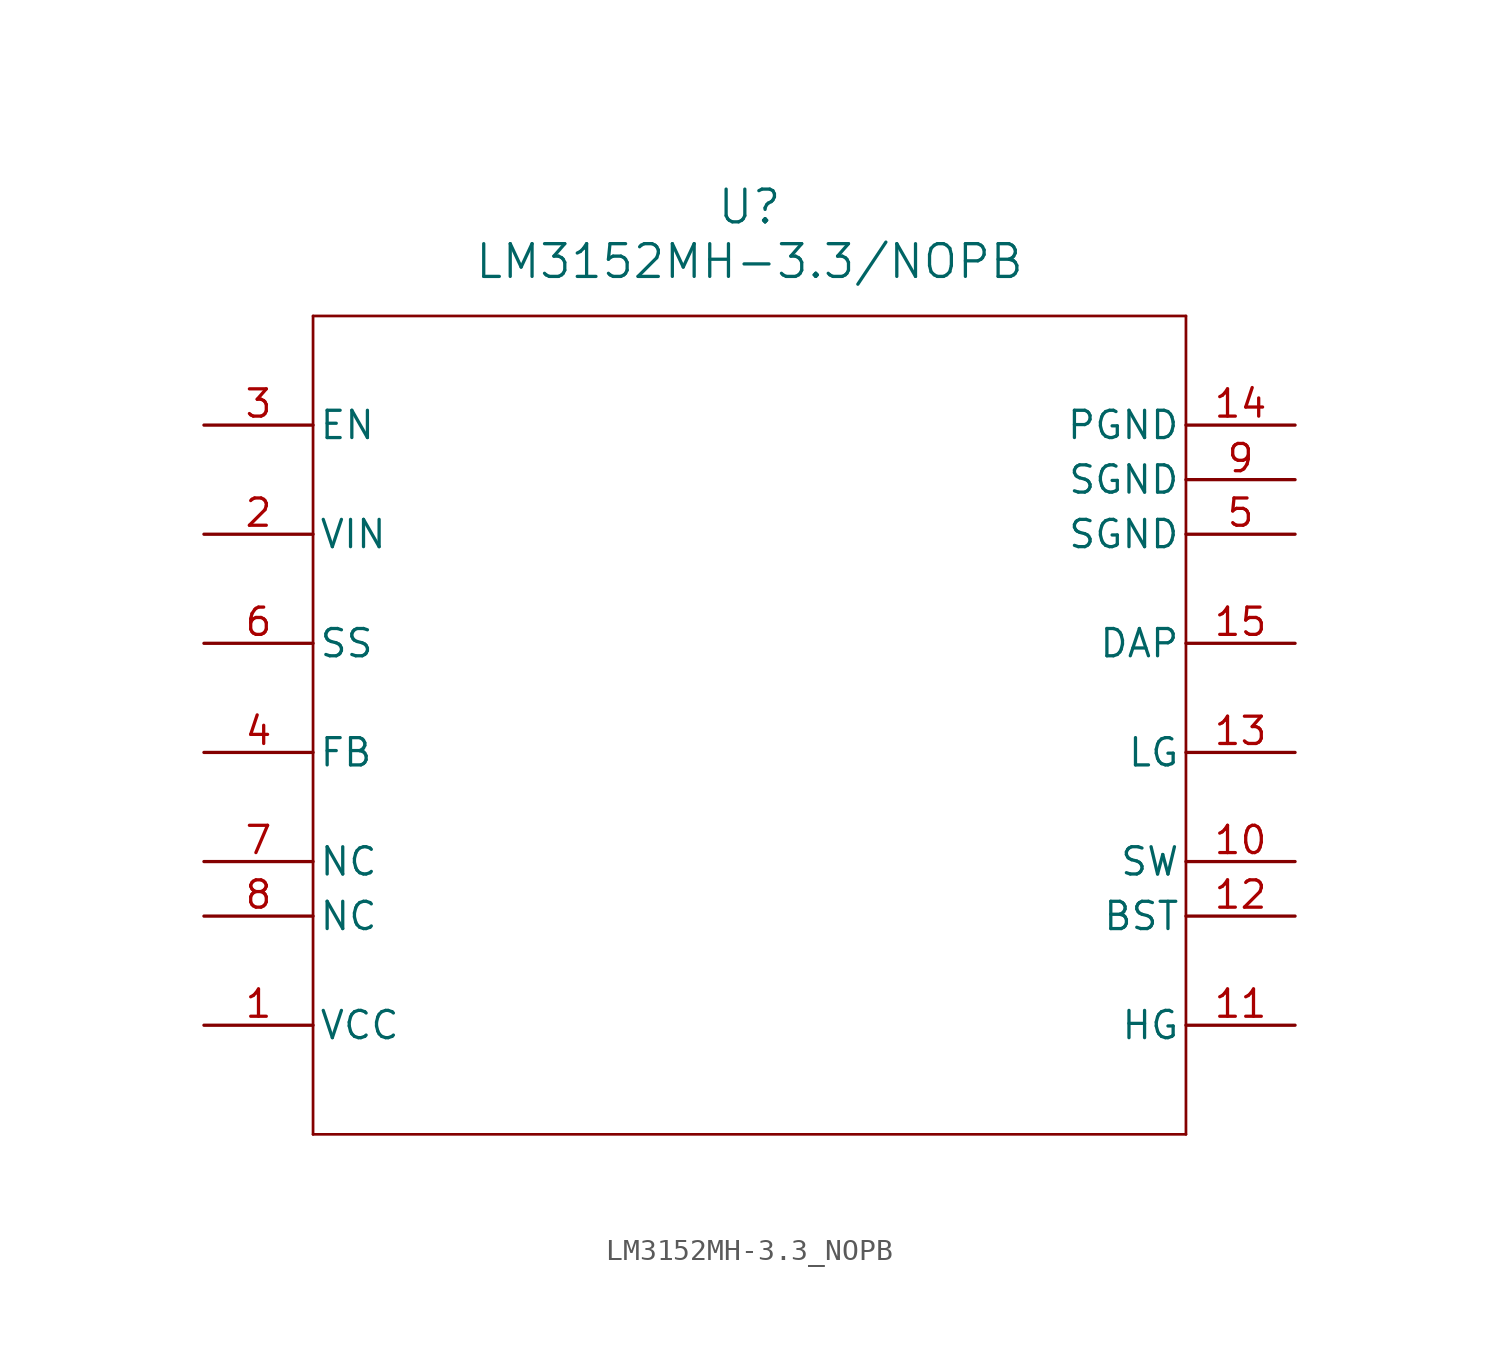
<source format=kicad_sym>
(kicad_symbol_lib
  (version 20211014)
  (generator kicad_symbol_editor)
  (symbol "LM3152MH-3.3_NOPB"
    (pin_names
      (offset 0.254))
    (property "Reference" "U"
      (at 25.4 10.16 0)
      (effects (font (size 1.524 1.524))))
    (property "Value" "LM3152MH-3.3/NOPB"
      (at 25.4 7.62 0)
      (effects (font (size 1.524 1.524))))
    (symbol "LM3152MH-3.3_NOPB_0_1"
      (polyline (pts (xy 5.08 5.08) (xy 5.08 -33.02)) (stroke (width 0.127) (type default) (color 0 0 0 0)) (fill (type none)))
      (polyline (pts (xy 5.08 -33.02) (xy 45.72 -33.02)) (stroke (width 0.127) (type default) (color 0 0 0 0)) (fill (type none)))
      (polyline (pts (xy 45.72 -33.02) (xy 45.72 5.08)) (stroke (width 0.127) (type default) (color 0 0 0 0)) (fill (type none)))
      (polyline (pts (xy 45.72 5.08) (xy 5.08 5.08)) (stroke (width 0.127) (type default) (color 0 0 0 0)) (fill (type none)))
      (pin power_in line (at 0 -27.94 0) (length 5.08) (name "VCC" (effects (font (size 1.27 1.27)))) (number "1" (effects (font (size 1.27 1.27)))))
      (pin power_in line (at 0 -5.08 0) (length 5.08) (name "VIN" (effects (font (size 1.27 1.27)))) (number "2" (effects (font (size 1.27 1.27)))))
      (pin input line (at 0 0 0) (length 5.08) (name "EN" (effects (font (size 1.27 1.27)))) (number "3" (effects (font (size 1.27 1.27)))))
      (pin input line (at 0 -15.24 0) (length 5.08) (name "FB" (effects (font (size 1.27 1.27)))) (number "4" (effects (font (size 1.27 1.27)))))
      (pin power_in line (at 50.8 -5.08 180) (length 5.08) (name "SGND" (effects (font (size 1.27 1.27)))) (number "5" (effects (font (size 1.27 1.27)))))
      (pin input line (at 0 -10.16 0) (length 5.08) (name "SS" (effects (font (size 1.27 1.27)))) (number "6" (effects (font (size 1.27 1.27)))))
      (pin passive line (at 0 -20.32 0) (length 5.08) (name "NC" (effects (font (size 1.27 1.27)))) (number "7" (effects (font (size 1.27 1.27)))))
      (pin passive line (at 0 -22.86 0) (length 5.08) (name "NC" (effects (font (size 1.27 1.27)))) (number "8" (effects (font (size 1.27 1.27)))))
      (pin power_in line (at 50.8 -2.54 180) (length 5.08) (name "SGND" (effects (font (size 1.27 1.27)))) (number "9" (effects (font (size 1.27 1.27)))))
      (pin power_in line (at 50.8 -20.32 180) (length 5.08) (name "SW" (effects (font (size 1.27 1.27)))) (number "10" (effects (font (size 1.27 1.27)))))
      (pin output line (at 50.8 -27.94 180) (length 5.08) (name "HG" (effects (font (size 1.27 1.27)))) (number "11" (effects (font (size 1.27 1.27)))))
      (pin passive line (at 50.8 -22.86 180) (length 5.08) (name "BST" (effects (font (size 1.27 1.27)))) (number "12" (effects (font (size 1.27 1.27)))))
      (pin output line (at 50.8 -15.24 180) (length 5.08) (name "LG" (effects (font (size 1.27 1.27)))) (number "13" (effects (font (size 1.27 1.27)))))
      (pin power_in line (at 50.8 0 180) (length 5.08) (name "PGND" (effects (font (size 1.27 1.27)))) (number "14" (effects (font (size 1.27 1.27)))))
      (pin power_in line (at 50.8 -10.16 180) (length 5.08) (name "DAP" (effects (font (size 1.27 1.27)))) (number "15" (effects (font (size 1.27 1.27))))))))
</source>
